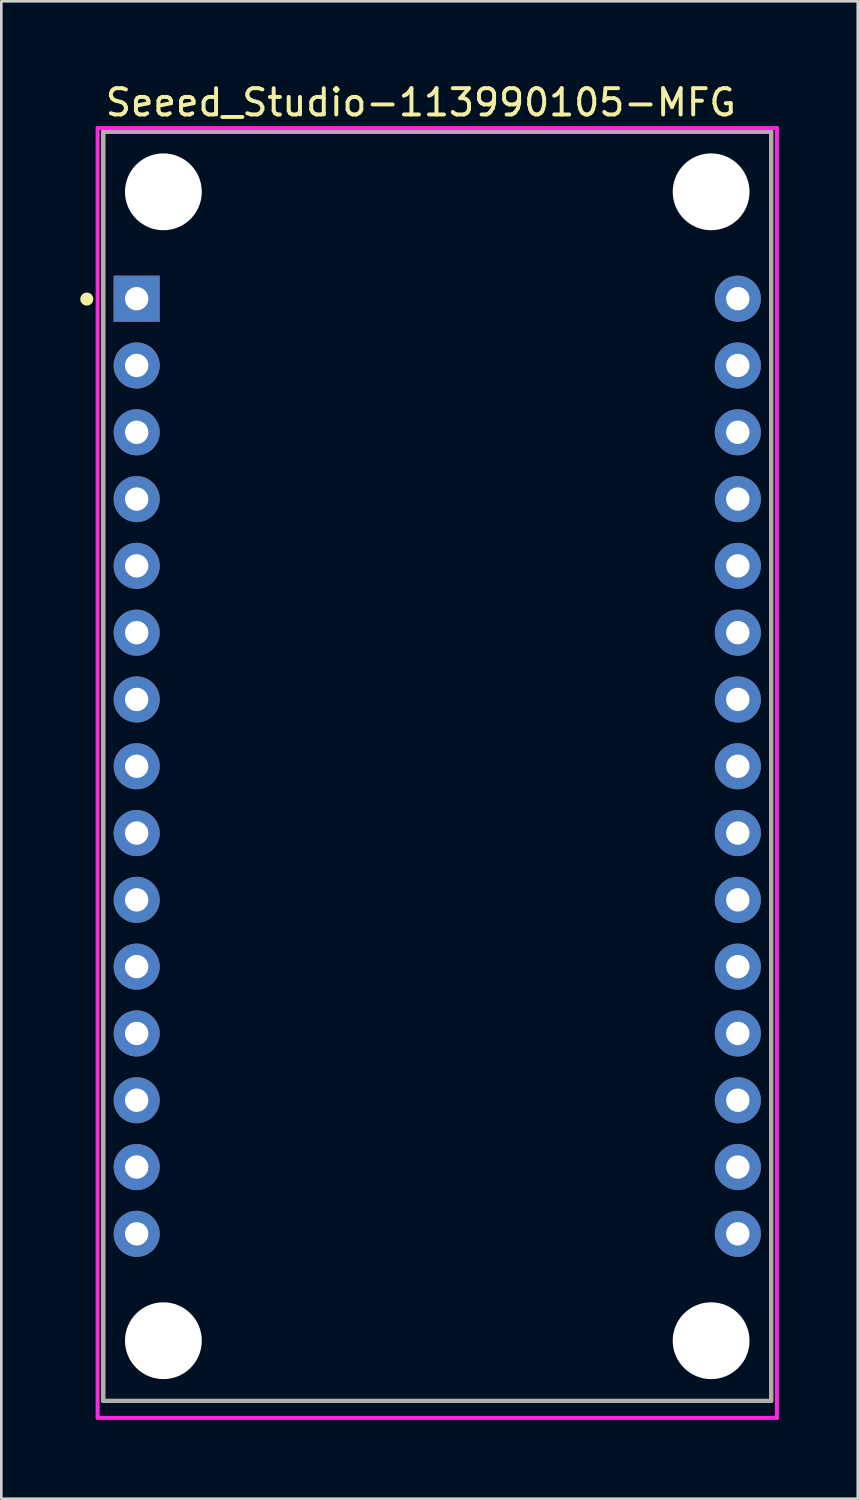
<source format=kicad_pcb>
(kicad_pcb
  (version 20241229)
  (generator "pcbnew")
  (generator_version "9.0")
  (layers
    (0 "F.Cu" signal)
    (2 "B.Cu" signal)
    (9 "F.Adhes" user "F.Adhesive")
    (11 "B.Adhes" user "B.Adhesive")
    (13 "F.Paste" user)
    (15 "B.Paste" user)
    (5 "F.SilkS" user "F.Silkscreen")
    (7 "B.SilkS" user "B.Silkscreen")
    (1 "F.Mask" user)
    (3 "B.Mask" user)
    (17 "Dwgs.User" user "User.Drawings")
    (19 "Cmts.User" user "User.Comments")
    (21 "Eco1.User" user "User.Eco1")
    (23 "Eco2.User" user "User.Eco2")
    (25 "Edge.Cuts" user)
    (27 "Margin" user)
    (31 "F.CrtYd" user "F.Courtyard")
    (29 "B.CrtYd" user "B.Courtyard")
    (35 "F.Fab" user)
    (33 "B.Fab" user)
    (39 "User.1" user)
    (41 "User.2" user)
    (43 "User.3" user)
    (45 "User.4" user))
  (footprint "Seeed_Studio-113990105-MFG"
    (layer "F.Cu")
    (at 13.577 26.088)
    (property "Reference" "Seeed_Studio-113990105-MFG" (at -12.7 -25.24 0) (layer "F.SilkS") (effects (font (size 1 1) (thickness 0.15)) (justify left)))
    (attr through_hole)
    (fp_line (start -12.7 -24.13) (end 12.7 -24.13) (stroke (width 0.15) (type solid)) (layer "F.SilkS"))
    (fp_line (start -12.7 24.13) (end -12.7 -24.13) (stroke (width 0.15) (type solid)) (layer "F.SilkS"))
    (fp_line (start -12.7 24.13) (end 12.7 24.13) (stroke (width 0.15) (type solid)) (layer "F.SilkS"))
    (fp_line (start 12.7 24.13) (end 12.7 -24.13) (stroke (width 0.15) (type solid)) (layer "F.SilkS"))
    (fp_circle (center -13.327 -17.765) (end -13.202 -17.765) (stroke (width 0.25) (type solid)) (fill no) (layer "F.SilkS"))
    (fp_line (start -12.915 -24.268) (end -12.915 24.776) (stroke (width 0.15) (type solid)) (layer "F.CrtYd"))
    (fp_line (start -12.915 24.776) (end 12.915 24.776) (stroke (width 0.15) (type solid)) (layer "F.CrtYd"))
    (fp_line (start 12.915 -24.268) (end -12.915 -24.268) (stroke (width 0.15) (type solid)) (layer "F.CrtYd"))
    (fp_line (start 12.915 -24.268) (end 12.915 -24.268) (stroke (width 0.15) (type solid)) (layer "F.CrtYd"))
    (fp_line (start 12.915 24.776) (end 12.915 -24.268) (stroke (width 0.15) (type solid)) (layer "F.CrtYd"))
    (fp_line (start -12.7 -24.13) (end 12.7 -24.13) (stroke (width 0.15) (type solid)) (layer "F.Fab"))
    (fp_line (start -12.7 24.13) (end -12.7 -24.13) (stroke (width 0.15) (type solid)) (layer "F.Fab"))
    (fp_line (start 12.7 -24.13) (end 12.7 24.13) (stroke (width 0.15) (type solid)) (layer "F.Fab"))
    (fp_line (start 12.7 24.13) (end -12.7 24.13) (stroke (width 0.15) (type solid)) (layer "F.Fab"))
    (pad "" np_thru_hole circle (at -10.414 -21.844) (size 2.921 2.921) (drill 2.921) (layers "*.Cu" "*.Mask"))
    (pad "" np_thru_hole circle (at -10.414 21.844) (size 2.921 2.921) (drill 2.921) (layers "*.Cu" "*.Mask"))
    (pad "" np_thru_hole circle (at 10.414 -21.844) (size 2.921 2.921) (drill 2.921) (layers "*.Cu" "*.Mask"))
    (pad "" np_thru_hole circle (at 10.414 21.844) (size 2.921 2.921) (drill 2.921) (layers "*.Cu" "*.Mask"))
    (pad "1" thru_hole rect (at -11.43 -17.78) (size 1.753 1.753) (drill 0.889) (layers "*.Cu"))
    (pad "2" thru_hole circle (at -11.43 -15.24) (size 1.753 1.753) (drill 0.889) (layers "*.Cu"))
    (pad "3" thru_hole circle (at -11.43 -12.7) (size 1.753 1.753) (drill 0.889) (layers "*.Cu"))
    (pad "4" thru_hole circle (at -11.43 -10.16) (size 1.753 1.753) (drill 0.889) (layers "*.Cu"))
    (pad "5" thru_hole circle (at -11.43 -7.62) (size 1.753 1.753) (drill 0.889) (layers "*.Cu"))
    (pad "6" thru_hole circle (at -11.43 -5.08) (size 1.753 1.753) (drill 0.889) (layers "*.Cu"))
    (pad "7" thru_hole circle (at -11.43 -2.54) (size 1.753 1.753) (drill 0.889) (layers "*.Cu"))
    (pad "8" thru_hole circle (at -11.43 0) (size 1.753 1.753) (drill 0.889) (layers "*.Cu"))
    (pad "9" thru_hole circle (at -11.43 2.54) (size 1.753 1.753) (drill 0.889) (layers "*.Cu"))
    (pad "10" thru_hole circle (at -11.43 5.08) (size 1.753 1.753) (drill 0.889) (layers "*.Cu"))
    (pad "11" thru_hole circle (at -11.43 7.62) (size 1.753 1.753) (drill 0.889) (layers "*.Cu"))
    (pad "12" thru_hole circle (at -11.43 10.16) (size 1.753 1.753) (drill 0.889) (layers "*.Cu"))
    (pad "13" thru_hole circle (at -11.43 12.7) (size 1.753 1.753) (drill 0.889) (layers "*.Cu"))
    (pad "14" thru_hole circle (at -11.43 15.24) (size 1.753 1.753) (drill 0.889) (layers "*.Cu"))
    (pad "15" thru_hole circle (at -11.43 17.78) (size 1.753 1.753) (drill 0.889) (layers "*.Cu"))
    (pad "16" thru_hole circle (at 11.43 17.78) (size 1.753 1.753) (drill 0.889) (layers "*.Cu"))
    (pad "17" thru_hole circle (at 11.43 15.24) (size 1.753 1.753) (drill 0.889) (layers "*.Cu"))
    (pad "18" thru_hole circle (at 11.43 12.7) (size 1.753 1.753) (drill 0.889) (layers "*.Cu"))
    (pad "19" thru_hole circle (at 11.43 10.16) (size 1.753 1.753) (drill 0.889) (layers "*.Cu"))
    (pad "20" thru_hole circle (at 11.43 7.62) (size 1.753 1.753) (drill 0.889) (layers "*.Cu"))
    (pad "21" thru_hole circle (at 11.43 5.08) (size 1.753 1.753) (drill 0.889) (layers "*.Cu"))
    (pad "22" thru_hole circle (at 11.43 2.54) (size 1.753 1.753) (drill 0.889) (layers "*.Cu"))
    (pad "23" thru_hole circle (at 11.43 0) (size 1.753 1.753) (drill 0.889) (layers "*.Cu"))
    (pad "24" thru_hole circle (at 11.43 -2.54) (size 1.753 1.753) (drill 0.889) (layers "*.Cu"))
    (pad "25" thru_hole circle (at 11.43 -5.08) (size 1.753 1.753) (drill 0.889) (layers "*.Cu"))
    (pad "26" thru_hole circle (at 11.43 -7.62) (size 1.753 1.753) (drill 0.889) (layers "*.Cu"))
    (pad "27" thru_hole circle (at 11.43 -10.16) (size 1.753 1.753) (drill 0.889) (layers "*.Cu"))
    (pad "28" thru_hole circle (at 11.43 -12.7) (size 1.753 1.753) (drill 0.889) (layers "*.Cu"))
    (pad "29" thru_hole circle (at 11.43 -15.24) (size 1.753 1.753) (drill 0.889) (layers "*.Cu"))
    (pad "30" thru_hole circle (at 11.43 -17.78) (size 1.753 1.753) (drill 0.889) (layers "*.Cu")))
  (gr_rect
    (start -3 -3)
    (end 29.567 53.939)
    (stroke (width 0.1) (type default))
    (fill no)
    (layer "Edge.Cuts")))
</source>
